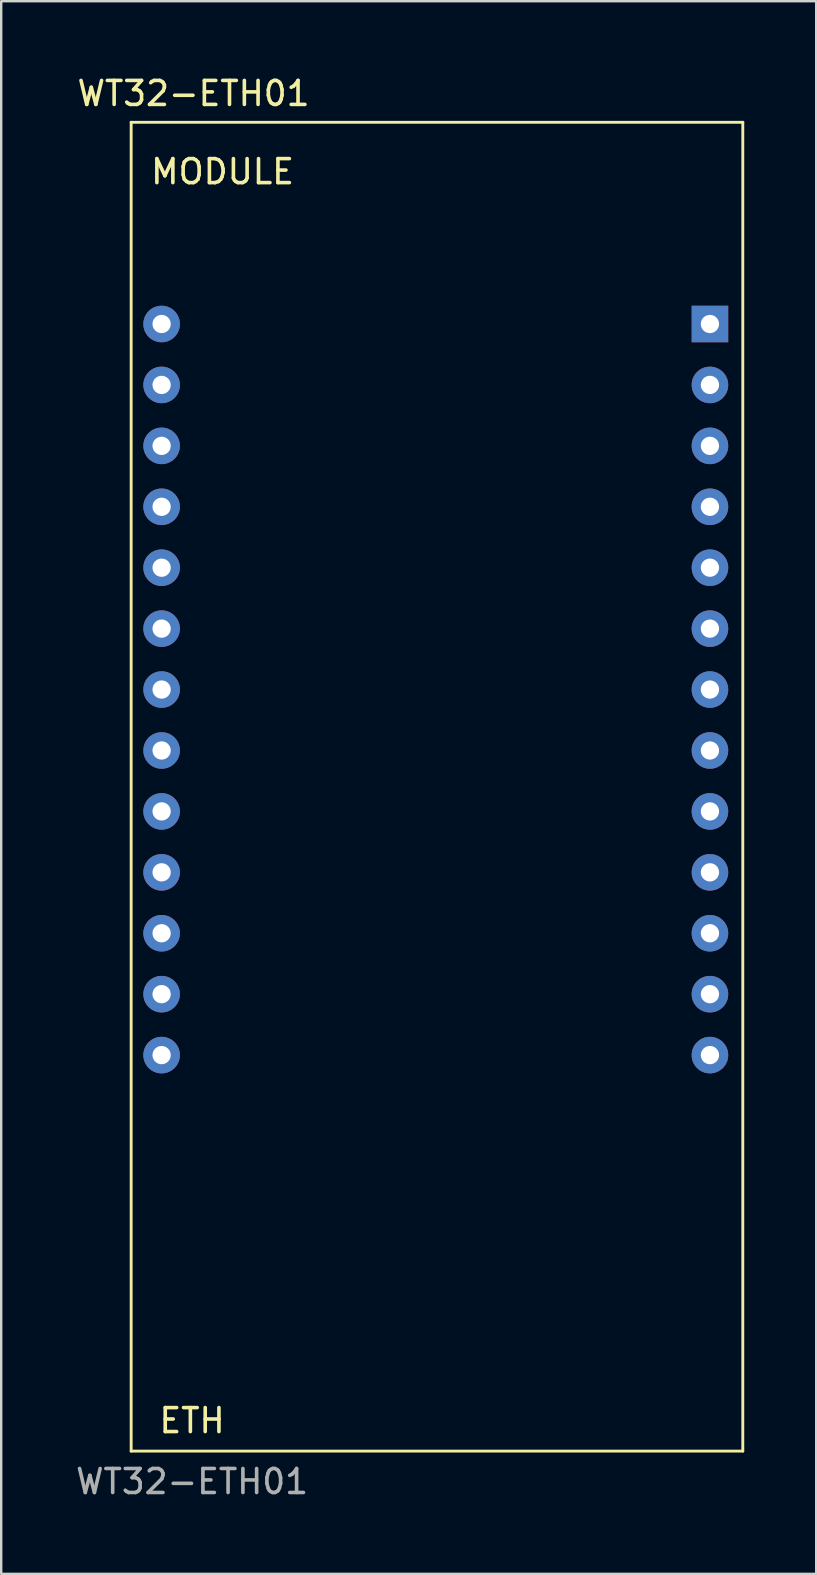
<source format=kicad_pcb>
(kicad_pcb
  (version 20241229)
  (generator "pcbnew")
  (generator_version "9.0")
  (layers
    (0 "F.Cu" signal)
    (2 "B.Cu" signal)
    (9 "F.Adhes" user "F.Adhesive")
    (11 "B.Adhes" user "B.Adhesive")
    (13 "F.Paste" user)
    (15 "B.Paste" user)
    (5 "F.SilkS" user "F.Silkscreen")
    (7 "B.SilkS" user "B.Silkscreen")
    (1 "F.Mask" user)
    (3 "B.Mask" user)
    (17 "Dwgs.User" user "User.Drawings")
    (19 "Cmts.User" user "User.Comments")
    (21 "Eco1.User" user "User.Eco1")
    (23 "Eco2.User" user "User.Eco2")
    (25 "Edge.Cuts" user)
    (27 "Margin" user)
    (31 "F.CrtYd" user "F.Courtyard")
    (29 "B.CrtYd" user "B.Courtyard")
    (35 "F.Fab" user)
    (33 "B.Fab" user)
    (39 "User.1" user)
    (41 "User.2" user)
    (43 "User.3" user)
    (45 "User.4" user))
  (footprint "WT32-ETH01"
    (layer "F.Cu")
    (at 2.418 57.448)
    (property "Reference" "WT32-ETH01" (at 2.6 -56.6 0) (unlocked yes) (layer "F.SilkS") (effects (font (size 1 1) (thickness 0.15))))
    (attr through_hole)
    (fp_line (start 0 -55.4) (end 25.5 -55.4) (stroke (width 0.12) (type solid)) (layer "F.SilkS"))
    (fp_line (start 0 0) (end 0 -55.4) (stroke (width 0.12) (type solid)) (layer "F.SilkS"))
    (fp_line (start 0 0) (end 25.5 0) (stroke (width 0.12) (type solid)) (layer "F.SilkS"))
    (fp_line (start 25.5 0) (end 25.5 -55.4) (stroke (width 0.12) (type solid)) (layer "F.SilkS"))
    (fp_text user "ETH" (at 2.54 -1.27 0) (unlocked yes) (layer "F.SilkS") (effects (font (size 1 1) (thickness 0.15))))
    (fp_text user "MODULE" (at 3.81 -53.34 0) (unlocked yes) (layer "F.SilkS") (effects (font (size 1 1) (thickness 0.15))))
    (fp_text user "${REFERENCE}" (at 2.54 1.27 0) (unlocked yes) (layer "F.Fab") (effects (font (size 1 1) (thickness 0.15))))
    (pad "1" thru_hole rect (at 24.13 -46.99) (size 1.524 1.524) (drill 0.762) (layers "*.Cu" "*.Mask"))
    (pad "2" thru_hole circle (at 24.13 -44.45) (size 1.524 1.524) (drill 0.762) (layers "*.Cu" "*.Mask"))
    (pad "3" thru_hole circle (at 24.13 -41.91) (size 1.524 1.524) (drill 0.762) (layers "*.Cu" "*.Mask"))
    (pad "4" thru_hole circle (at 24.13 -39.37) (size 1.524 1.524) (drill 0.762) (layers "*.Cu" "*.Mask"))
    (pad "5" thru_hole circle (at 24.13 -36.83) (size 1.524 1.524) (drill 0.762) (layers "*.Cu" "*.Mask"))
    (pad "6" thru_hole circle (at 24.13 -34.29) (size 1.524 1.524) (drill 0.762) (layers "*.Cu" "*.Mask"))
    (pad "7" thru_hole circle (at 24.13 -31.75) (size 1.524 1.524) (drill 0.762) (layers "*.Cu" "*.Mask"))
    (pad "8" thru_hole circle (at 24.13 -29.21) (size 1.524 1.524) (drill 0.762) (layers "*.Cu" "*.Mask"))
    (pad "9" thru_hole circle (at 24.13 -26.67) (size 1.524 1.524) (drill 0.762) (layers "*.Cu" "*.Mask"))
    (pad "10" thru_hole circle (at 24.13 -24.13) (size 1.524 1.524) (drill 0.762) (layers "*.Cu" "*.Mask"))
    (pad "11" thru_hole circle (at 24.13 -21.59) (size 1.524 1.524) (drill 0.762) (layers "*.Cu" "*.Mask"))
    (pad "12" thru_hole circle (at 24.13 -19.05) (size 1.524 1.524) (drill 0.762) (layers "*.Cu" "*.Mask"))
    (pad "13" thru_hole circle (at 24.13 -16.51) (size 1.524 1.524) (drill 0.762) (layers "*.Cu" "*.Mask"))
    (pad "14" thru_hole circle (at 1.27 -46.99) (size 1.524 1.524) (drill 0.762) (layers "*.Cu" "*.Mask"))
    (pad "15" thru_hole circle (at 1.27 -44.45) (size 1.524 1.524) (drill 0.762) (layers "*.Cu" "*.Mask"))
    (pad "16" thru_hole circle (at 1.27 -41.91) (size 1.524 1.524) (drill 0.762) (layers "*.Cu" "*.Mask"))
    (pad "17" thru_hole circle (at 1.27 -39.37) (size 1.524 1.524) (drill 0.762) (layers "*.Cu" "*.Mask"))
    (pad "18" thru_hole circle (at 1.27 -36.83) (size 1.524 1.524) (drill 0.762) (layers "*.Cu" "*.Mask"))
    (pad "19" thru_hole circle (at 1.27 -34.29) (size 1.524 1.524) (drill 0.762) (layers "*.Cu" "*.Mask"))
    (pad "20" thru_hole circle (at 1.27 -31.75) (size 1.524 1.524) (drill 0.762) (layers "*.Cu" "*.Mask"))
    (pad "21" thru_hole circle (at 1.27 -29.21) (size 1.524 1.524) (drill 0.762) (layers "*.Cu" "*.Mask"))
    (pad "22" thru_hole circle (at 1.27 -26.67) (size 1.524 1.524) (drill 0.762) (layers "*.Cu" "*.Mask"))
    (pad "23" thru_hole circle (at 1.27 -24.13) (size 1.524 1.524) (drill 0.762) (layers "*.Cu" "*.Mask"))
    (pad "24" thru_hole circle (at 1.27 -21.59) (size 1.524 1.524) (drill 0.762) (layers "*.Cu" "*.Mask"))
    (pad "25" thru_hole circle (at 1.27 -19.05) (size 1.524 1.524) (drill 0.762) (layers "*.Cu" "*.Mask"))
    (pad "26" thru_hole circle (at 1.27 -16.51) (size 1.524 1.524) (drill 0.762) (layers "*.Cu" "*.Mask")))
  (gr_rect
    (start -3 -3)
    (end 30.978 62.566)
    (stroke (width 0.1) (type default))
    (fill no)
    (layer "Edge.Cuts")))
</source>
